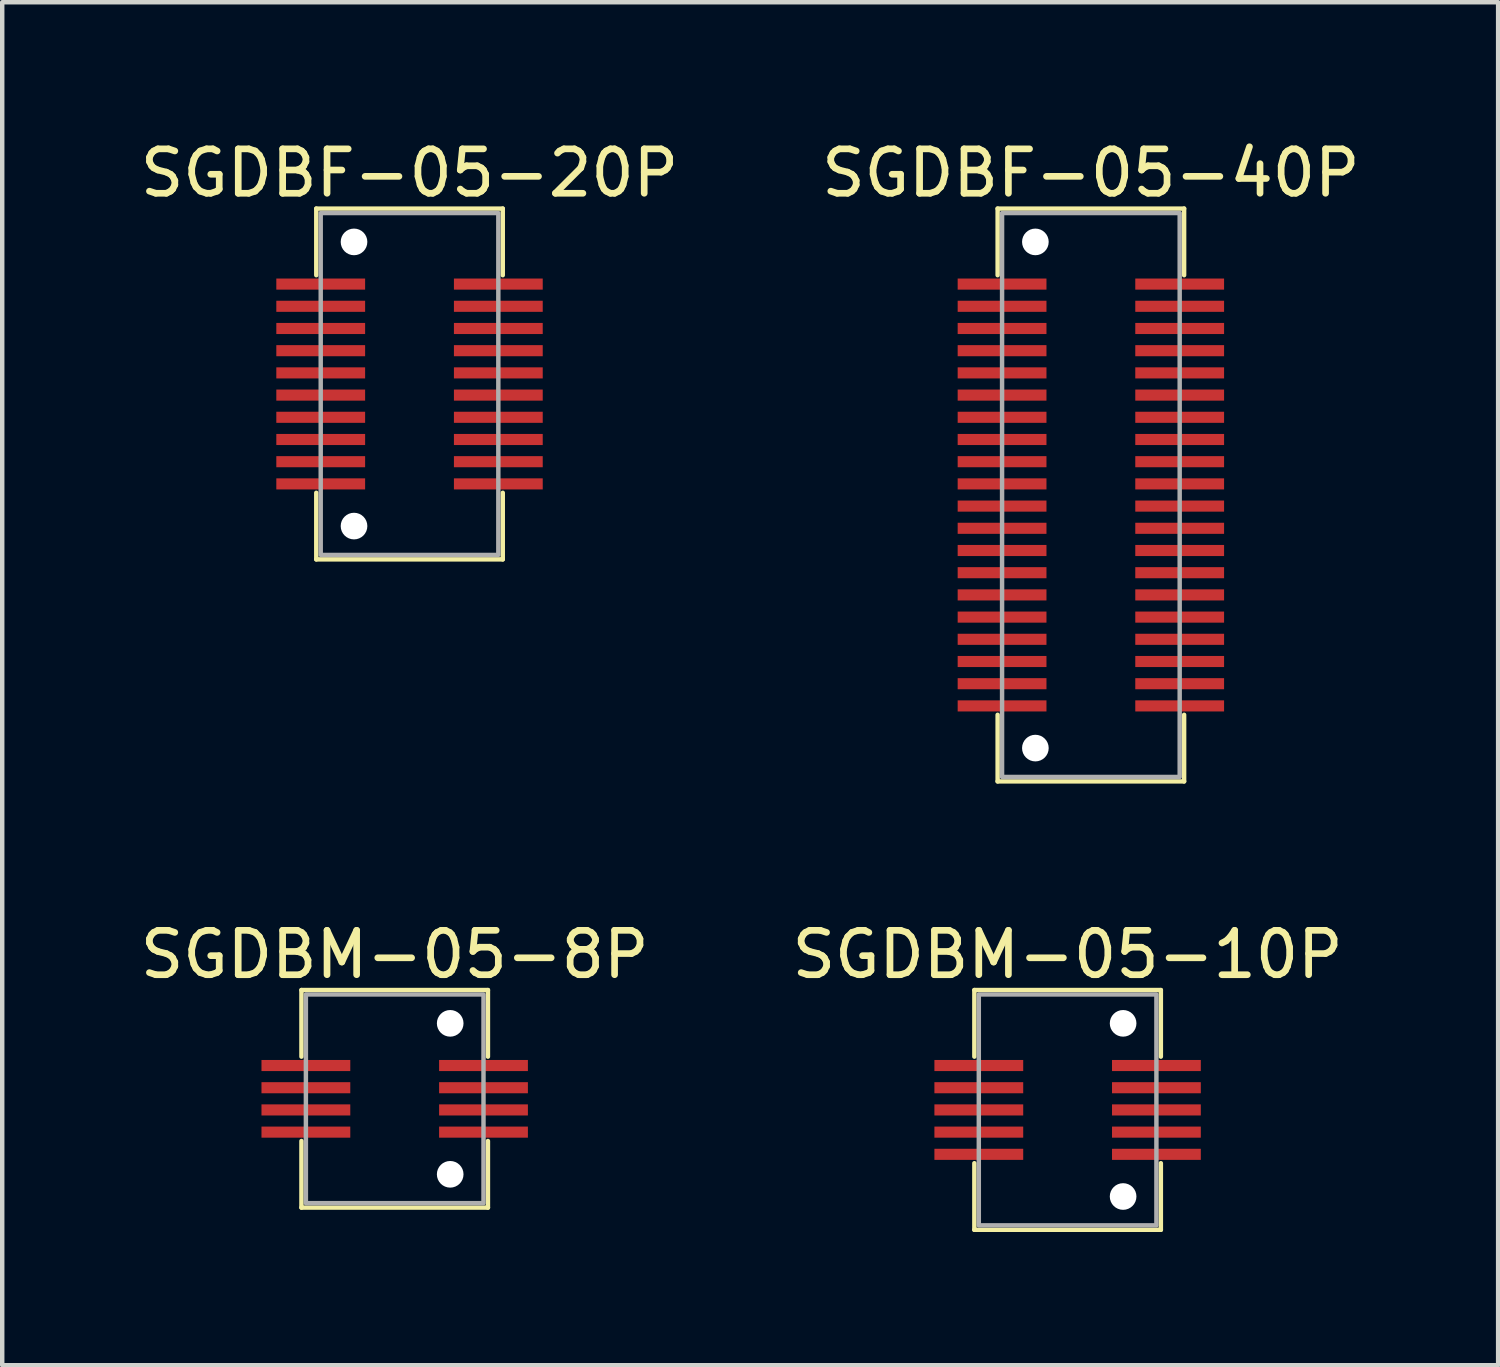
<source format=kicad_pcb>
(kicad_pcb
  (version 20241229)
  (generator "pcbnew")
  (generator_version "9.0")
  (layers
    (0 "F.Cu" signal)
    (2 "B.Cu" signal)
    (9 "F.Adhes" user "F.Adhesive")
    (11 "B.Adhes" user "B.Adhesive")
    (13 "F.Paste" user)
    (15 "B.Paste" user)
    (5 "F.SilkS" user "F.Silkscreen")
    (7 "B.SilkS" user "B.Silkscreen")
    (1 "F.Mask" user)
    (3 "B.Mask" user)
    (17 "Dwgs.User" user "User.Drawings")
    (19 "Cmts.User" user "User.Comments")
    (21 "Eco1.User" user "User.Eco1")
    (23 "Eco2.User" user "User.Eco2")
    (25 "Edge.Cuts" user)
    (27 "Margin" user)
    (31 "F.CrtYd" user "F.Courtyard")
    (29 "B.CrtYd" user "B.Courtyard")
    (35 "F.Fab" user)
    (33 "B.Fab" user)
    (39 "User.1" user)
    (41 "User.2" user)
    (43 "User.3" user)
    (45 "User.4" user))
  (footprint "SGDBM-05-10P"
    (layer "F.Cu")
    (at 20.994 21.947)
    (property "Reference" "SGDBM-05-10P" (at 0 -3.5 0) (layer "F.SilkS") (effects (font (size 1 1) (thickness 0.15))))
    (attr through_hole)
    (fp_line (start -2.1 -2.7) (end 2.1 -2.7) (stroke (width 0.1) (type default)) (layer "F.SilkS"))
    (fp_line (start -2.1 -1.2) (end -2.1 -2.7) (stroke (width 0.1) (type default)) (layer "F.SilkS"))
    (fp_line (start -2.1 2.7) (end -2.1 1.2) (stroke (width 0.1) (type default)) (layer "F.SilkS"))
    (fp_line (start 2.1 -2.7) (end 2.1 -1.2) (stroke (width 0.1) (type default)) (layer "F.SilkS"))
    (fp_line (start 2.1 1.2) (end 2.1 2.7) (stroke (width 0.1) (type default)) (layer "F.SilkS"))
    (fp_line (start 2.1 2.7) (end -2.1 2.7) (stroke (width 0.1) (type default)) (layer "F.SilkS"))
    (fp_rect (start -2 -2.6) (end 2 2.6) (stroke (width 0.1) (type default)) (fill no) (layer "F.Fab"))
    (pad "" np_thru_hole circle (at 1.25 -1.95) (size 0.6 0.6) (drill 0.6) (layers "*.Cu" "*.Mask"))
    (pad "" np_thru_hole circle (at 1.25 1.95) (size 0.6 0.6) (drill 0.6) (layers "*.Cu" "*.Mask"))
    (pad "1" smd rect (at -2 -1 180) (size 2 0.25) (layers "F.Cu" "F.Mask" "F.Paste"))
    (pad "2" smd rect (at 2 -1 180) (size 2 0.25) (layers "F.Cu" "F.Mask" "F.Paste"))
    (pad "3" smd rect (at -2 -0.5 180) (size 2 0.25) (layers "F.Cu" "F.Mask" "F.Paste"))
    (pad "4" smd rect (at 2 -0.5 180) (size 2 0.25) (layers "F.Cu" "F.Mask" "F.Paste"))
    (pad "5" smd rect (at -2 0 180) (size 2 0.25) (layers "F.Cu" "F.Mask" "F.Paste"))
    (pad "6" smd rect (at 2 0 180) (size 2 0.25) (layers "F.Cu" "F.Mask" "F.Paste"))
    (pad "7" smd rect (at -2 0.5 180) (size 2 0.25) (layers "F.Cu" "F.Mask" "F.Paste"))
    (pad "8" smd rect (at 2 0.5 180) (size 2 0.25) (layers "F.Cu" "F.Mask" "F.Paste"))
    (pad "9" smd rect (at -2 1 180) (size 2 0.25) (layers "F.Cu" "F.Mask" "F.Paste"))
    (pad "10" smd rect (at 2 1 180) (size 2 0.25) (layers "F.Cu" "F.Mask" "F.Paste")))
  (footprint "SGDBF-05-20P"
    (layer "F.Cu")
    (at 6.173 5.598)
    (property "Reference" "SGDBF-05-20P" (at 0 -4.75 0) (layer "F.SilkS") (effects (font (size 1 1) (thickness 0.15))))
    (attr through_hole)
    (fp_line (start -2.1 -3.95) (end 2.1 -3.95) (stroke (width 0.1) (type default)) (layer "F.SilkS"))
    (fp_line (start -2.1 -2.45) (end -2.1 -3.95) (stroke (width 0.1) (type default)) (layer "F.SilkS"))
    (fp_line (start -2.1 3.95) (end -2.1 2.45) (stroke (width 0.1) (type default)) (layer "F.SilkS"))
    (fp_line (start 2.1 -3.95) (end 2.1 -2.45) (stroke (width 0.1) (type default)) (layer "F.SilkS"))
    (fp_line (start 2.1 2.45) (end 2.1 3.95) (stroke (width 0.1) (type default)) (layer "F.SilkS"))
    (fp_line (start 2.1 3.95) (end -2.1 3.95) (stroke (width 0.1) (type default)) (layer "F.SilkS"))
    (fp_rect (start -2 -3.85) (end 2 3.85) (stroke (width 0.1) (type default)) (fill no) (layer "F.Fab"))
    (pad "" np_thru_hole circle (at -1.25 -3.2) (size 0.6 0.6) (drill 0.6) (layers "*.Cu" "*.Mask"))
    (pad "" np_thru_hole circle (at -1.25 3.2) (size 0.6 0.6) (drill 0.6) (layers "*.Cu" "*.Mask"))
    (pad "1" smd rect (at -2 -2.25 180) (size 2 0.25) (layers "F.Cu" "F.Mask" "F.Paste"))
    (pad "2" smd rect (at 2 -2.25 180) (size 2 0.25) (layers "F.Cu" "F.Mask" "F.Paste"))
    (pad "3" smd rect (at -2 -1.75 180) (size 2 0.25) (layers "F.Cu" "F.Mask" "F.Paste"))
    (pad "4" smd rect (at 2 -1.75 180) (size 2 0.25) (layers "F.Cu" "F.Mask" "F.Paste"))
    (pad "5" smd rect (at -2 -1.25 180) (size 2 0.25) (layers "F.Cu" "F.Mask" "F.Paste"))
    (pad "6" smd rect (at 2 -1.25 180) (size 2 0.25) (layers "F.Cu" "F.Mask" "F.Paste"))
    (pad "7" smd rect (at -2 -0.75 180) (size 2 0.25) (layers "F.Cu" "F.Mask" "F.Paste"))
    (pad "8" smd rect (at 2 -0.75 180) (size 2 0.25) (layers "F.Cu" "F.Mask" "F.Paste"))
    (pad "9" smd rect (at -2 -0.25 180) (size 2 0.25) (layers "F.Cu" "F.Mask" "F.Paste"))
    (pad "10" smd rect (at 2 -0.25 180) (size 2 0.25) (layers "F.Cu" "F.Mask" "F.Paste"))
    (pad "11" smd rect (at -2 0.25 180) (size 2 0.25) (layers "F.Cu" "F.Mask" "F.Paste"))
    (pad "12" smd rect (at 2 0.25 180) (size 2 0.25) (layers "F.Cu" "F.Mask" "F.Paste"))
    (pad "13" smd rect (at -2 0.75 180) (size 2 0.25) (layers "F.Cu" "F.Mask" "F.Paste"))
    (pad "14" smd rect (at 2 0.75 180) (size 2 0.25) (layers "F.Cu" "F.Mask" "F.Paste"))
    (pad "15" smd rect (at -2 1.25 180) (size 2 0.25) (layers "F.Cu" "F.Mask" "F.Paste"))
    (pad "16" smd rect (at 2 1.25 180) (size 2 0.25) (layers "F.Cu" "F.Mask" "F.Paste"))
    (pad "17" smd rect (at -2 1.75 180) (size 2 0.25) (layers "F.Cu" "F.Mask" "F.Paste"))
    (pad "18" smd rect (at 2 1.75 180) (size 2 0.25) (layers "F.Cu" "F.Mask" "F.Paste"))
    (pad "19" smd rect (at -2 2.25 180) (size 2 0.25) (layers "F.Cu" "F.Mask" "F.Paste"))
    (pad "20" smd rect (at 2 2.25 180) (size 2 0.25) (layers "F.Cu" "F.Mask" "F.Paste")))
  (footprint "SGDBM-05-8P"
    (layer "F.Cu")
    (at 5.839 21.697)
    (property "Reference" "SGDBM-05-8P" (at 0 -3.25 0) (layer "F.SilkS") (effects (font (size 1 1) (thickness 0.15))))
    (attr through_hole)
    (fp_line (start -2.1 -2.45) (end 2.1 -2.45) (stroke (width 0.1) (type default)) (layer "F.SilkS"))
    (fp_line (start -2.1 -0.95) (end -2.1 -2.45) (stroke (width 0.1) (type default)) (layer "F.SilkS"))
    (fp_line (start -2.1 2.45) (end -2.1 0.95) (stroke (width 0.1) (type default)) (layer "F.SilkS"))
    (fp_line (start 2.1 -2.45) (end 2.1 -0.95) (stroke (width 0.1) (type default)) (layer "F.SilkS"))
    (fp_line (start 2.1 0.95) (end 2.1 2.45) (stroke (width 0.1) (type default)) (layer "F.SilkS"))
    (fp_line (start 2.1 2.45) (end -2.1 2.45) (stroke (width 0.1) (type default)) (layer "F.SilkS"))
    (fp_rect (start -2 -2.35) (end 2 2.35) (stroke (width 0.1) (type default)) (fill no) (layer "F.Fab"))
    (pad "" np_thru_hole circle (at 1.25 -1.7) (size 0.6 0.6) (drill 0.6) (layers "*.Cu" "*.Mask"))
    (pad "" np_thru_hole circle (at 1.25 1.7) (size 0.6 0.6) (drill 0.6) (layers "*.Cu" "*.Mask"))
    (pad "1" smd rect (at -2 -0.75 180) (size 2 0.25) (layers "F.Cu" "F.Mask" "F.Paste"))
    (pad "2" smd rect (at 2 -0.75 180) (size 2 0.25) (layers "F.Cu" "F.Mask" "F.Paste"))
    (pad "3" smd rect (at -2 -0.25 180) (size 2 0.25) (layers "F.Cu" "F.Mask" "F.Paste"))
    (pad "4" smd rect (at 2 -0.25 180) (size 2 0.25) (layers "F.Cu" "F.Mask" "F.Paste"))
    (pad "5" smd rect (at -2 0.25 180) (size 2 0.25) (layers "F.Cu" "F.Mask" "F.Paste"))
    (pad "6" smd rect (at 2 0.25 180) (size 2 0.25) (layers "F.Cu" "F.Mask" "F.Paste"))
    (pad "7" smd rect (at -2 0.75 180) (size 2 0.25) (layers "F.Cu" "F.Mask" "F.Paste"))
    (pad "8" smd rect (at 2 0.75 180) (size 2 0.25) (layers "F.Cu" "F.Mask" "F.Paste")))
  (footprint "SGDBF-05-40P"
    (layer "F.Cu")
    (at 21.518 8.098)
    (property "Reference" "SGDBF-05-40P" (at 0 -7.25 0) (layer "F.SilkS") (effects (font (size 1 1) (thickness 0.15))))
    (attr through_hole)
    (fp_line (start -2.1 -6.45) (end 2.1 -6.45) (stroke (width 0.1) (type default)) (layer "F.SilkS"))
    (fp_line (start -2.1 -4.95) (end -2.1 -6.45) (stroke (width 0.1) (type default)) (layer "F.SilkS"))
    (fp_line (start -2.1 6.45) (end -2.1 4.95) (stroke (width 0.1) (type default)) (layer "F.SilkS"))
    (fp_line (start 2.1 -6.45) (end 2.1 -4.95) (stroke (width 0.1) (type default)) (layer "F.SilkS"))
    (fp_line (start 2.1 4.95) (end 2.1 6.45) (stroke (width 0.1) (type default)) (layer "F.SilkS"))
    (fp_line (start 2.1 6.45) (end -2.1 6.45) (stroke (width 0.1) (type default)) (layer "F.SilkS"))
    (fp_rect (start -2 -6.35) (end 2 6.35) (stroke (width 0.1) (type default)) (fill no) (layer "F.Fab"))
    (pad "" np_thru_hole circle (at -1.25 -5.7) (size 0.6 0.6) (drill 0.6) (layers "*.Cu" "*.Mask"))
    (pad "" np_thru_hole circle (at -1.25 5.7) (size 0.6 0.6) (drill 0.6) (layers "*.Cu" "*.Mask"))
    (pad "1" smd rect (at -2 -4.75 180) (size 2 0.25) (layers "F.Cu" "F.Mask" "F.Paste"))
    (pad "2" smd rect (at 2 -4.75 180) (size 2 0.25) (layers "F.Cu" "F.Mask" "F.Paste"))
    (pad "3" smd rect (at -2 -4.25 180) (size 2 0.25) (layers "F.Cu" "F.Mask" "F.Paste"))
    (pad "4" smd rect (at 2 -4.25 180) (size 2 0.25) (layers "F.Cu" "F.Mask" "F.Paste"))
    (pad "5" smd rect (at -2 -3.75 180) (size 2 0.25) (layers "F.Cu" "F.Mask" "F.Paste"))
    (pad "6" smd rect (at 2 -3.75 180) (size 2 0.25) (layers "F.Cu" "F.Mask" "F.Paste"))
    (pad "7" smd rect (at -2 -3.25 180) (size 2 0.25) (layers "F.Cu" "F.Mask" "F.Paste"))
    (pad "8" smd rect (at 2 -3.25 180) (size 2 0.25) (layers "F.Cu" "F.Mask" "F.Paste"))
    (pad "9" smd rect (at -2 -2.75 180) (size 2 0.25) (layers "F.Cu" "F.Mask" "F.Paste"))
    (pad "10" smd rect (at 2 -2.75 180) (size 2 0.25) (layers "F.Cu" "F.Mask" "F.Paste"))
    (pad "11" smd rect (at -2 -2.25 180) (size 2 0.25) (layers "F.Cu" "F.Mask" "F.Paste"))
    (pad "12" smd rect (at 2 -2.25 180) (size 2 0.25) (layers "F.Cu" "F.Mask" "F.Paste"))
    (pad "13" smd rect (at -2 -1.75 180) (size 2 0.25) (layers "F.Cu" "F.Mask" "F.Paste"))
    (pad "14" smd rect (at 2 -1.75 180) (size 2 0.25) (layers "F.Cu" "F.Mask" "F.Paste"))
    (pad "15" smd rect (at -2 -1.25 180) (size 2 0.25) (layers "F.Cu" "F.Mask" "F.Paste"))
    (pad "16" smd rect (at 2 -1.25 180) (size 2 0.25) (layers "F.Cu" "F.Mask" "F.Paste"))
    (pad "17" smd rect (at -2 -0.75 180) (size 2 0.25) (layers "F.Cu" "F.Mask" "F.Paste"))
    (pad "18" smd rect (at 2 -0.75 180) (size 2 0.25) (layers "F.Cu" "F.Mask" "F.Paste"))
    (pad "19" smd rect (at -2 -0.25 180) (size 2 0.25) (layers "F.Cu" "F.Mask" "F.Paste"))
    (pad "20" smd rect (at 2 -0.25 180) (size 2 0.25) (layers "F.Cu" "F.Mask" "F.Paste"))
    (pad "21" smd rect (at -2 0.25 180) (size 2 0.25) (layers "F.Cu" "F.Mask" "F.Paste"))
    (pad "22" smd rect (at 2 0.25 180) (size 2 0.25) (layers "F.Cu" "F.Mask" "F.Paste"))
    (pad "23" smd rect (at -2 0.75 180) (size 2 0.25) (layers "F.Cu" "F.Mask" "F.Paste"))
    (pad "24" smd rect (at 2 0.75 180) (size 2 0.25) (layers "F.Cu" "F.Mask" "F.Paste"))
    (pad "25" smd rect (at -2 1.25 180) (size 2 0.25) (layers "F.Cu" "F.Mask" "F.Paste"))
    (pad "26" smd rect (at 2 1.25 180) (size 2 0.25) (layers "F.Cu" "F.Mask" "F.Paste"))
    (pad "27" smd rect (at -2 1.75 180) (size 2 0.25) (layers "F.Cu" "F.Mask" "F.Paste"))
    (pad "28" smd rect (at 2 1.75 180) (size 2 0.25) (layers "F.Cu" "F.Mask" "F.Paste"))
    (pad "29" smd rect (at -2 2.25 180) (size 2 0.25) (layers "F.Cu" "F.Mask" "F.Paste"))
    (pad "30" smd rect (at 2 2.25 180) (size 2 0.25) (layers "F.Cu" "F.Mask" "F.Paste"))
    (pad "31" smd rect (at -2 2.75 180) (size 2 0.25) (layers "F.Cu" "F.Mask" "F.Paste"))
    (pad "32" smd rect (at 2 2.75 180) (size 2 0.25) (layers "F.Cu" "F.Mask" "F.Paste"))
    (pad "33" smd rect (at -2 3.25 180) (size 2 0.25) (layers "F.Cu" "F.Mask" "F.Paste"))
    (pad "34" smd rect (at 2 3.25 180) (size 2 0.25) (layers "F.Cu" "F.Mask" "F.Paste"))
    (pad "35" smd rect (at -2 3.75 180) (size 2 0.25) (layers "F.Cu" "F.Mask" "F.Paste"))
    (pad "36" smd rect (at 2 3.75 180) (size 2 0.25) (layers "F.Cu" "F.Mask" "F.Paste"))
    (pad "37" smd rect (at -2 4.25 180) (size 2 0.25) (layers "F.Cu" "F.Mask" "F.Paste"))
    (pad "38" smd rect (at 2 4.25 180) (size 2 0.25) (layers "F.Cu" "F.Mask" "F.Paste"))
    (pad "39" smd rect (at -2 4.75 180) (size 2 0.25) (layers "F.Cu" "F.Mask" "F.Paste"))
    (pad "40" smd rect (at 2 4.75 180) (size 2 0.25) (layers "F.Cu" "F.Mask" "F.Paste")))
  (gr_rect
    (start -3 -3)
    (end 30.69 27.697)
    (stroke (width 0.1) (type default))
    (fill no)
    (layer "Edge.Cuts")))
</source>
